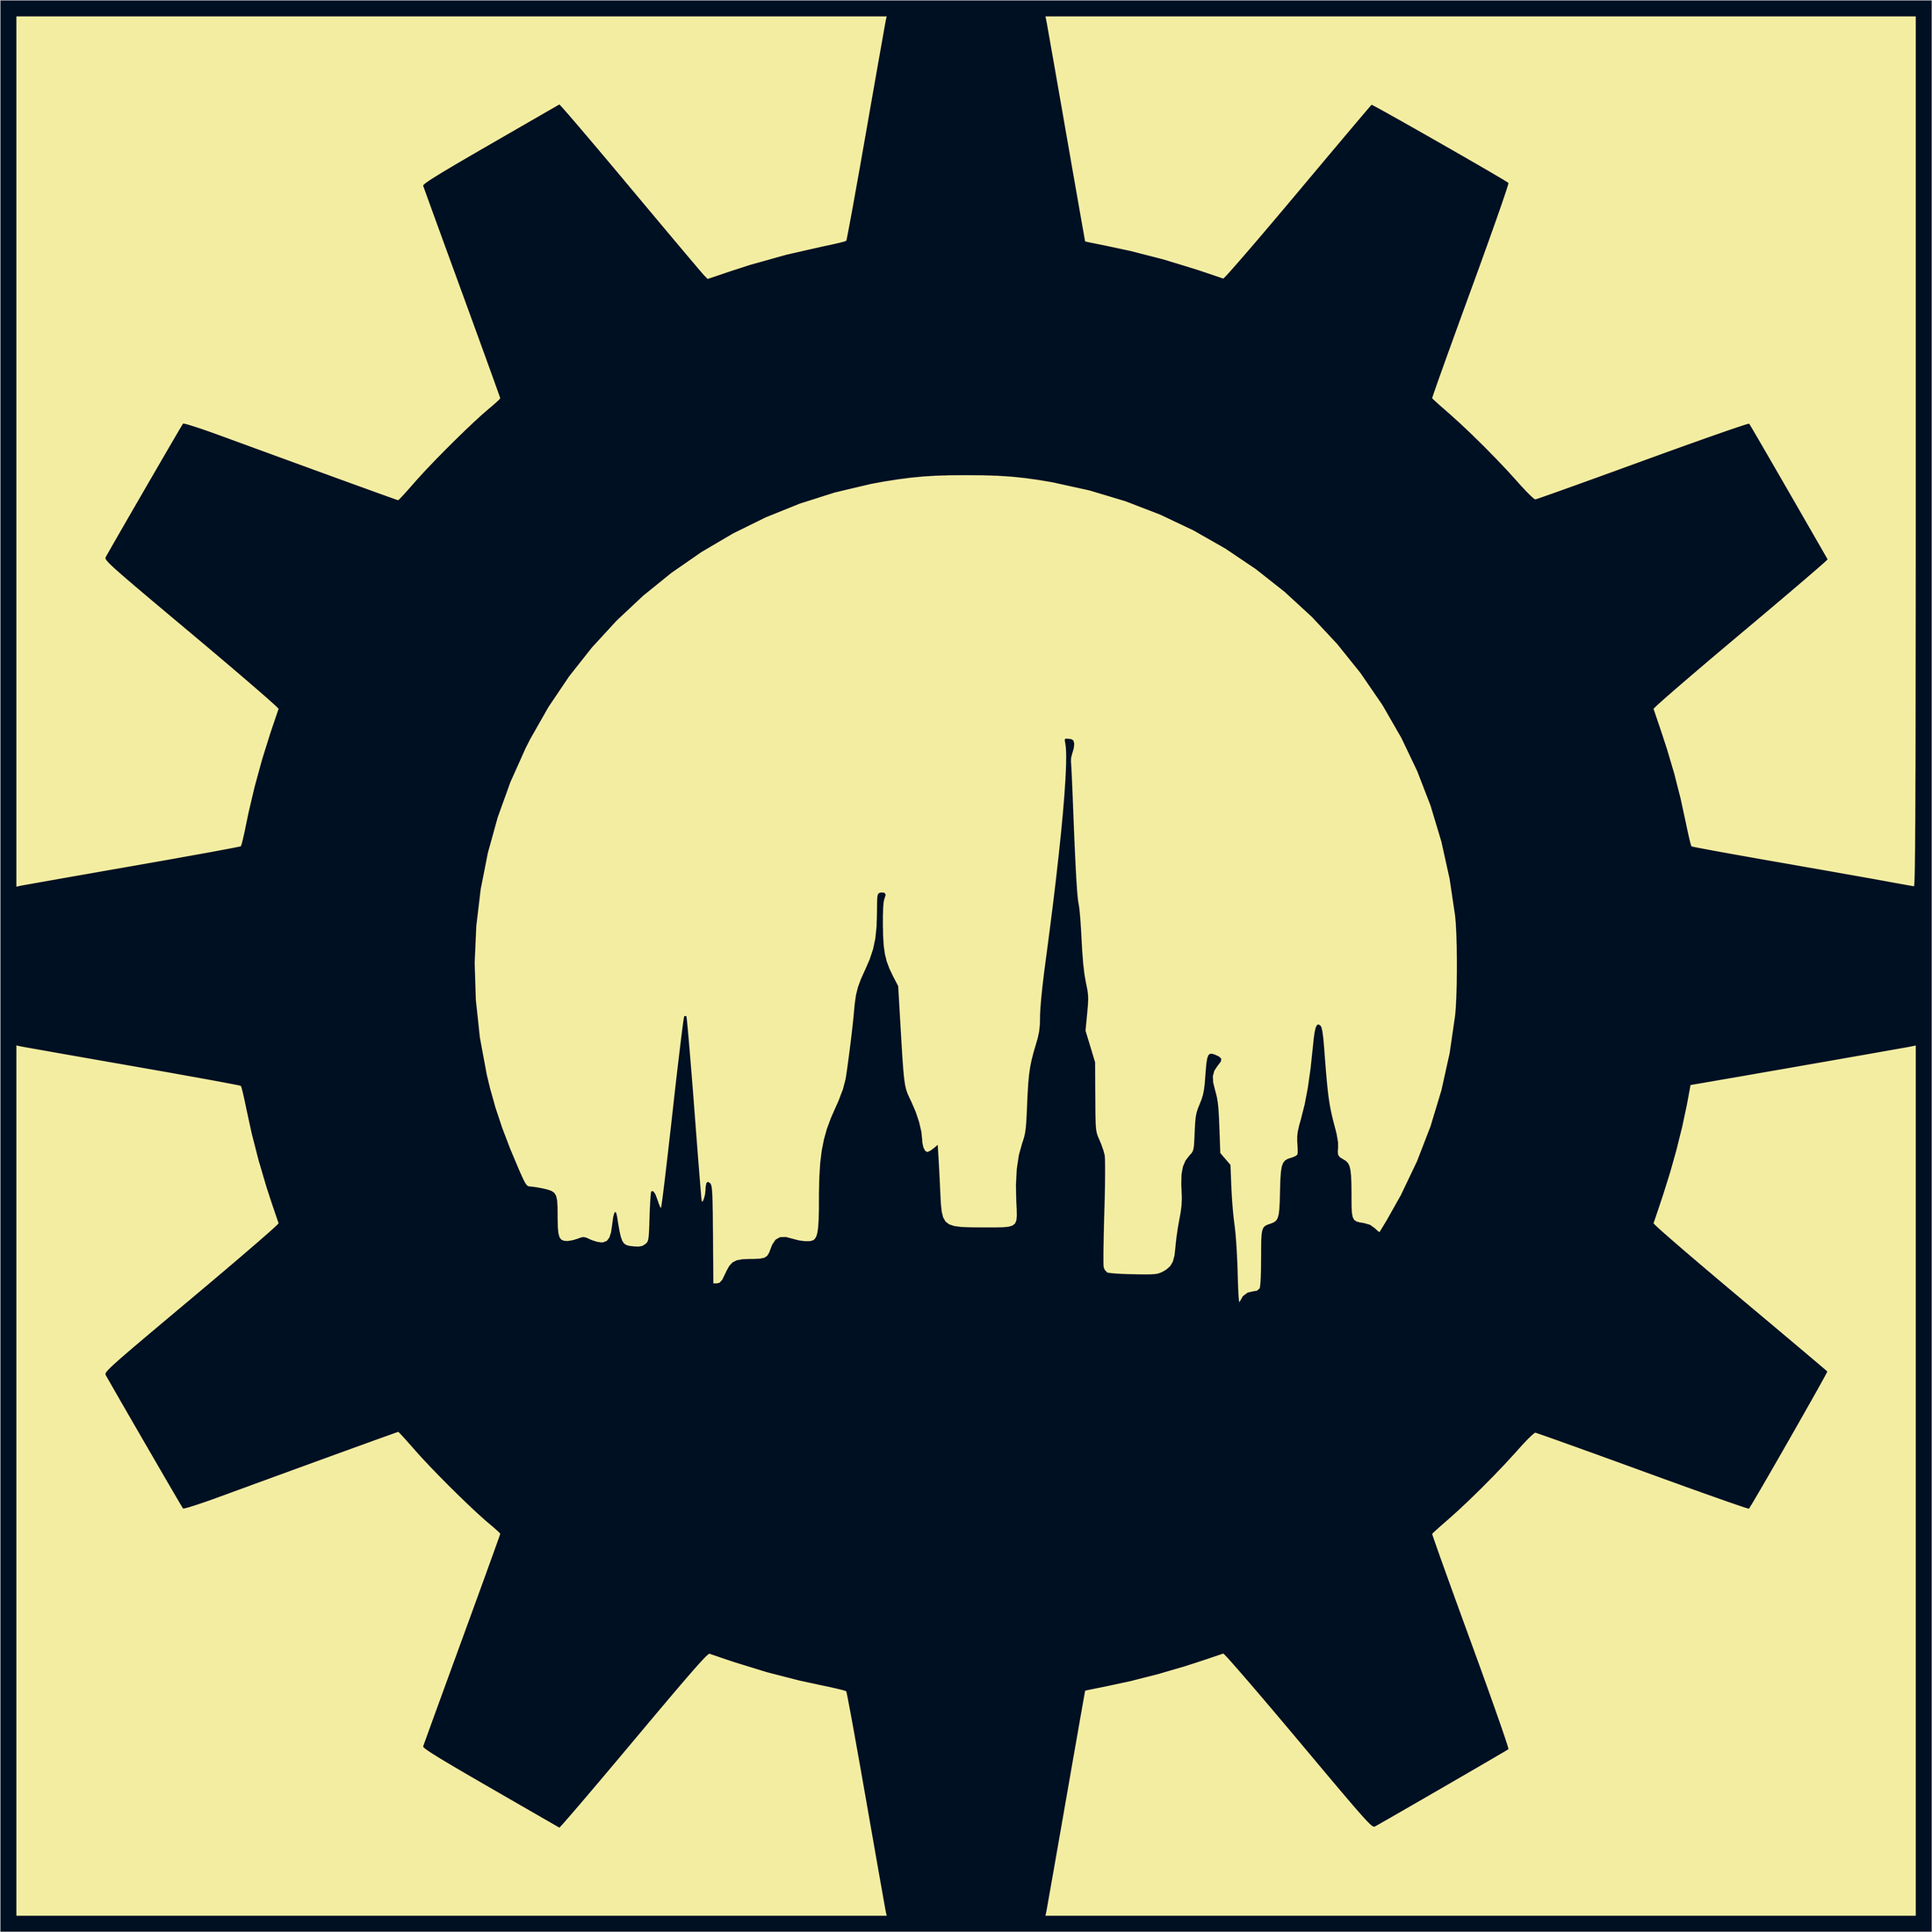
<source format=kicad_pcb>
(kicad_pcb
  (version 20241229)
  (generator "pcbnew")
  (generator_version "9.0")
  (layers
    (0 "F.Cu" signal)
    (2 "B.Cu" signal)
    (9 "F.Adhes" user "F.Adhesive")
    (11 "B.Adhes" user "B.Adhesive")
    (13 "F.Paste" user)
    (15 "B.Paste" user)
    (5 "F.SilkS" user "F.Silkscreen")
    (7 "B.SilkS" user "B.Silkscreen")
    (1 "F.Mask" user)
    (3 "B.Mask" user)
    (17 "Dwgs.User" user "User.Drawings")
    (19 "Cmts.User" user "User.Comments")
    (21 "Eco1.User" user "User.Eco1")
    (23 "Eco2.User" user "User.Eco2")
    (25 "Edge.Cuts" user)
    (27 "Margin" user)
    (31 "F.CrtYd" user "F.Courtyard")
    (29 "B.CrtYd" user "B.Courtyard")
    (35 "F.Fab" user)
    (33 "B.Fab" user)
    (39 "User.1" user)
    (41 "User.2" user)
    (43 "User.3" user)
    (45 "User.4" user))
  (footprint "makeriga_logo"
    (layer "F.Cu")
    (at 176.736 176.736)
    (property "Reference" "makeriga_logo" (at 0 0 0) (layer "F.SilkS") (effects (font (size 1.524 1.524) (thickness 0.3))))
    (attr through_hole)
    (fp_poly (pts (xy -14.794 -176.129) (xy -14.862 -175.775) (xy -15.015 -174.935) (xy -15.245 -173.653) (xy -15.544 -171.97) (xy -15.906 -169.927) (xy -16.322 -167.567) (xy -16.786 -164.932) (xy -17.29 -162.063) (xy -17.826 -159.003) (xy -18.388 -155.793) (xy -18.467 -155.341) (xy -19.031 -152.125) (xy -19.571 -149.062) (xy -20.082 -146.192) (xy -20.554 -143.557) (xy -20.981 -141.197) (xy -21.356 -139.153) (xy -21.67 -137.467) (xy -21.916 -136.178) (xy -22.087 -135.328) (xy -22.176 -134.957) (xy -22.182 -134.945) (xy -22.498 -134.822) (xy -23.243 -134.621) (xy -24.321 -134.367) (xy -25.636 -134.082) (xy -26.358 -133.934) (xy -33.301 -132.356) (xy -40.087 -130.456) (xy -43.314 -129.416) (xy -47.993 -127.837) (xy -48.692 -128.555) (xy -48.974 -128.872) (xy -49.569 -129.567) (xy -50.451 -130.605) (xy -51.59 -131.953) (xy -52.959 -133.578) (xy -54.53 -135.445) (xy -56.274 -137.522) (xy -58.162 -139.776) (xy -60.168 -142.171) (xy -62.262 -144.676) (xy -62.41 -144.853) (xy -64.492 -147.341) (xy -66.476 -149.703) (xy -68.335 -151.909) (xy -70.042 -153.926) (xy -71.571 -155.725) (xy -72.896 -157.273) (xy -73.988 -158.539) (xy -74.822 -159.492) (xy -75.371 -160.101) (xy -75.608 -160.333) (xy -75.614 -160.334) (xy -75.874 -160.185) (xy -76.554 -159.794) (xy -77.613 -159.185) (xy -79.006 -158.383) (xy -80.691 -157.411) (xy -82.625 -156.296) (xy -84.766 -155.062) (xy -87.071 -153.733) (xy -88.453 -152.936) (xy -91.354 -151.258) (xy -93.815 -149.824) (xy -95.864 -148.618) (xy -97.526 -147.623) (xy -98.829 -146.823) (xy -99.8 -146.2) (xy -100.465 -145.739) (xy -100.852 -145.423) (xy -100.987 -145.234) (xy -100.986 -145.208) (xy -100.877 -144.895) (xy -100.599 -144.118) (xy -100.166 -142.918) (xy -99.591 -141.333) (xy -98.89 -139.403) (xy -98.077 -137.168) (xy -97.166 -134.666) (xy -96.172 -131.936) (xy -95.107 -129.019) (xy -93.988 -125.954) (xy -93.746 -125.292) (xy -92.62 -122.207) (xy -91.549 -119.268) (xy -90.547 -116.512) (xy -89.627 -113.98) (xy -88.805 -111.709) (xy -88.093 -109.738) (xy -87.505 -108.106) (xy -87.057 -106.851) (xy -86.761 -106.013) (xy -86.632 -105.629) (xy -86.627 -105.609) (xy -86.821 -105.368) (xy -87.343 -104.873) (xy -88.105 -104.206) (xy -88.699 -103.708) (xy -89.945 -102.634) (xy -91.467 -101.243) (xy -93.184 -99.617) (xy -95.014 -97.837) (xy -96.874 -95.984) (xy -98.685 -94.139) (xy -100.363 -92.384) (xy -101.827 -90.798) (xy -102.598 -89.929) (xy -103.568 -88.822) (xy -104.418 -87.874) (xy -105.087 -87.15) (xy -105.513 -86.719) (xy -105.632 -86.627) (xy -105.913 -86.718) (xy -106.669 -86.983) (xy -107.872 -87.412) (xy -109.495 -87.997) (xy -111.512 -88.726) (xy -113.894 -89.59) (xy -116.615 -90.578) (xy -119.647 -91.682) (xy -122.963 -92.891) (xy -126.537 -94.196) (xy -130.339 -95.586) (xy -134.345 -97.051) (xy -138.525 -98.582) (xy -138.851 -98.701) (xy -140.654 -99.35) (xy -142.281 -99.914) (xy -143.665 -100.371) (xy -144.741 -100.701) (xy -145.442 -100.882) (xy -145.702 -100.899) (xy -145.863 -100.639) (xy -146.261 -99.969) (xy -146.866 -98.94) (xy -147.646 -97.604) (xy -148.573 -96.014) (xy -149.615 -94.221) (xy -150.743 -92.279) (xy -151.926 -90.238) (xy -153.134 -88.153) (xy -154.337 -86.073) (xy -155.505 -84.053) (xy -156.606 -82.144) (xy -157.612 -80.398) (xy -158.491 -78.867) (xy -159.214 -77.605) (xy -159.751 -76.662) (xy -160.07 -76.092) (xy -160.113 -76.012) (xy -160.153 -75.89) (xy -160.134 -75.739) (xy -160.03 -75.536) (xy -159.816 -75.257) (xy -159.465 -74.879) (xy -158.951 -74.38) (xy -158.249 -73.736) (xy -157.332 -72.924) (xy -156.176 -71.921) (xy -154.753 -70.705) (xy -153.039 -69.251) (xy -151.007 -67.538) (xy -148.631 -65.541) (xy -145.885 -63.238) (xy -144.102 -61.743) (xy -141.556 -59.605) (xy -139.134 -57.561) (xy -136.868 -55.639) (xy -134.788 -53.864) (xy -132.925 -52.264) (xy -131.308 -50.865) (xy -129.97 -49.693) (xy -128.939 -48.773) (xy -128.247 -48.134) (xy -127.924 -47.801) (xy -127.905 -47.761) (xy -128.028 -47.418) (xy -128.289 -46.657) (xy -128.659 -45.567) (xy -129.108 -44.236) (xy -129.507 -43.045) (xy -131.003 -38.255) (xy -132.369 -33.255) (xy -133.534 -28.312) (xy -133.956 -26.268) (xy -134.239 -24.887) (xy -134.505 -23.695) (xy -134.731 -22.79) (xy -134.893 -22.269) (xy -134.937 -22.188) (xy -135.229 -22.111) (xy -136.007 -21.951) (xy -137.23 -21.715) (xy -138.858 -21.41) (xy -140.849 -21.043) (xy -143.162 -20.623) (xy -145.757 -20.157) (xy -148.593 -19.651) (xy -151.629 -19.115) (xy -154.824 -18.554) (xy -155.341 -18.464) (xy -158.569 -17.899) (xy -161.652 -17.359) (xy -164.55 -16.851) (xy -167.22 -16.381) (xy -169.62 -15.958) (xy -171.709 -15.589) (xy -173.444 -15.281) (xy -174.784 -15.041) (xy -175.687 -14.877) (xy -176.11 -14.797) (xy -176.129 -14.793) (xy -176.731 -14.647) (xy -176.731 -176.731) (xy -14.647 -176.731) (xy -14.794 -176.129)) (stroke (width 0.01) (type solid)) (fill yes) (layer "F.SilkS"))
    (fp_poly (pts (xy 176.998 176.998) (xy 14.915 176.998) (xy 15.053 176.396) (xy 15.12 176.042) (xy 15.272 175.203) (xy 15.5 173.921) (xy 15.799 172.237) (xy 16.159 170.193) (xy 16.575 167.831) (xy 17.038 165.193) (xy 17.541 162.32) (xy 18.077 159.255) (xy 18.639 156.038) (xy 18.737 155.475) (xy 19.299 152.253) (xy 19.835 149.187) (xy 20.337 146.317) (xy 20.798 143.684) (xy 21.212 141.328) (xy 21.57 139.289) (xy 21.866 137.608) (xy 22.094 136.324) (xy 22.245 135.478) (xy 22.313 135.111) (xy 22.316 135.098) (xy 22.575 135.03) (xy 23.264 134.882) (xy 24.285 134.674) (xy 25.544 134.426) (xy 25.947 134.347) (xy 30.766 133.311) (xy 35.782 132.037) (xy 40.753 130.588) (xy 42.913 129.895) (xy 44.438 129.388) (xy 45.798 128.935) (xy 46.905 128.562) (xy 47.676 128.299) (xy 48.026 128.175) (xy 48.028 128.174) (xy 48.243 128.354) (xy 48.774 128.914) (xy 49.594 129.825) (xy 50.677 131.054) (xy 51.996 132.573) (xy 53.526 134.35) (xy 55.24 136.354) (xy 57.111 138.556) (xy 59.114 140.924) (xy 61.221 143.428) (xy 62.011 144.37) (xy 64.503 147.343) (xy 66.676 149.932) (xy 68.553 152.162) (xy 70.155 154.059) (xy 71.508 155.649) (xy 72.633 156.957) (xy 73.554 158.011) (xy 74.293 158.835) (xy 74.874 159.456) (xy 75.32 159.899) (xy 75.654 160.19) (xy 75.899 160.355) (xy 76.078 160.421) (xy 76.214 160.412) (xy 76.279 160.384) (xy 76.729 160.136) (xy 77.567 159.661) (xy 78.74 158.991) (xy 80.197 158.156) (xy 81.884 157.185) (xy 83.75 156.109) (xy 85.742 154.959) (xy 87.809 153.765) (xy 89.898 152.556) (xy 91.956 151.363) (xy 93.932 150.217) (xy 95.773 149.147) (xy 97.426 148.184) (xy 98.841 147.358) (xy 99.964 146.7) (xy 100.743 146.239) (xy 101.127 146.005) (xy 101.156 145.984) (xy 101.102 145.706) (xy 100.876 144.965) (xy 100.492 143.798) (xy 99.963 142.245) (xy 99.303 140.343) (xy 98.524 138.13) (xy 97.642 135.646) (xy 96.668 132.928) (xy 95.616 130.015) (xy 94.5 126.945) (xy 94.128 125.924) (xy 92.992 122.811) (xy 91.912 119.843) (xy 90.903 117.059) (xy 89.978 114.497) (xy 89.15 112.194) (xy 88.434 110.19) (xy 87.843 108.523) (xy 87.391 107.231) (xy 87.09 106.352) (xy 86.957 105.924) (xy 86.951 105.888) (xy 87.172 105.655) (xy 87.723 105.144) (xy 88.529 104.423) (xy 89.514 103.561) (xy 89.836 103.283) (xy 91.725 101.596) (xy 93.845 99.605) (xy 96.083 97.419) (xy 98.332 95.149) (xy 100.481 92.902) (xy 102.421 90.79) (xy 102.912 90.237) (xy 103.896 89.148) (xy 104.783 88.219) (xy 105.504 87.52) (xy 105.989 87.118) (xy 106.141 87.048) (xy 106.451 87.141) (xy 107.224 87.404) (xy 108.421 87.822) (xy 110.002 88.383) (xy 111.93 89.071) (xy 114.164 89.873) (xy 116.666 90.775) (xy 119.396 91.762) (xy 122.316 92.822) (xy 125.386 93.939) (xy 126.156 94.22) (xy 129.249 95.345) (xy 132.196 96.412) (xy 134.96 97.407) (xy 137.5 98.315) (xy 139.779 99.124) (xy 141.758 99.821) (xy 143.399 100.391) (xy 144.664 100.82) (xy 145.513 101.096) (xy 145.909 101.205) (xy 145.933 101.204) (xy 146.131 100.91) (xy 146.557 100.21) (xy 147.183 99.155) (xy 147.978 97.796) (xy 148.914 96.186) (xy 149.962 94.374) (xy 151.091 92.412) (xy 152.273 90.353) (xy 153.478 88.246) (xy 154.677 86.144) (xy 155.841 84.097) (xy 156.94 82.157) (xy 157.946 80.376) (xy 158.828 78.804) (xy 159.557 77.493) (xy 160.105 76.494) (xy 160.441 75.859) (xy 160.539 75.639) (xy 160.321 75.443) (xy 159.724 74.93) (xy 158.779 74.126) (xy 157.518 73.059) (xy 155.971 71.753) (xy 154.17 70.236) (xy 152.146 68.533) (xy 149.931 66.671) (xy 147.554 64.677) (xy 145.048 62.576) (xy 144.236 61.895) (xy 141.7 59.766) (xy 139.289 57.732) (xy 137.034 55.82) (xy 134.965 54.055) (xy 133.114 52.465) (xy 131.51 51.077) (xy 130.185 49.916) (xy 129.169 49.009) (xy 128.493 48.382) (xy 128.188 48.063) (xy 128.173 48.029) (xy 128.293 47.693) (xy 128.553 46.93) (xy 128.927 45.821) (xy 129.386 44.447) (xy 129.904 42.889) (xy 130.029 42.512) (xy 131.302 38.44) (xy 132.48 34.228) (xy 133.512 30.065) (xy 134.35 26.143) (xy 134.493 25.384) (xy 135.063 22.294) (xy 139.253 21.575) (xy 140.886 21.294) (xy 142.843 20.955) (xy 145.073 20.569) (xy 147.523 20.143) (xy 150.143 19.686) (xy 152.881 19.209) (xy 155.686 18.719) (xy 158.506 18.225) (xy 161.291 17.738) (xy 163.988 17.265) (xy 166.547 16.815) (xy 168.916 16.399) (xy 171.043 16.024) (xy 172.878 15.699) (xy 174.369 15.435) (xy 175.465 15.239) (xy 176.114 15.12) (xy 176.263 15.091) (xy 176.998 14.93) (xy 176.998 176.998)) (stroke (width 0.01) (type solid)) (fill yes) (layer "F.SilkS"))
    (fp_poly (pts (xy -176.129 15.06) (xy -175.775 15.128) (xy -174.935 15.281) (xy -173.653 15.511) (xy -171.97 15.81) (xy -169.927 16.171) (xy -167.567 16.587) (xy -164.932 17.051) (xy -162.063 17.555) (xy -159.003 18.091) (xy -155.793 18.652) (xy -155.341 18.731) (xy -152.125 19.295) (xy -149.061 19.836) (xy -146.191 20.347) (xy -143.555 20.82) (xy -141.194 21.248) (xy -139.15 21.623) (xy -137.462 21.938) (xy -136.172 22.186) (xy -135.321 22.358) (xy -134.949 22.449) (xy -134.937 22.455) (xy -134.811 22.775) (xy -134.611 23.523) (xy -134.36 24.601) (xy -134.081 25.911) (xy -133.956 26.535) (xy -132.9 31.37) (xy -131.612 36.378) (xy -130.163 41.292) (xy -129.507 43.313) (xy -129.018 44.772) (xy -128.582 46.064) (xy -128.23 47.098) (xy -127.992 47.786) (xy -127.905 48.028) (xy -128.085 48.243) (xy -128.646 48.774) (xy -129.556 49.594) (xy -130.786 50.677) (xy -132.305 51.997) (xy -134.082 53.526) (xy -136.086 55.24) (xy -138.288 57.112) (xy -140.657 59.114) (xy -143.161 61.221) (xy -144.102 62.011) (xy -147.075 64.503) (xy -149.664 66.676) (xy -151.893 68.552) (xy -153.79 70.154) (xy -155.38 71.506) (xy -156.688 72.631) (xy -157.742 73.551) (xy -158.566 74.291) (xy -159.186 74.872) (xy -159.629 75.317) (xy -159.92 75.651) (xy -160.086 75.896) (xy -160.151 76.075) (xy -160.142 76.211) (xy -160.113 76.279) (xy -159.854 76.747) (xy -159.37 77.599) (xy -158.692 78.785) (xy -157.849 80.253) (xy -156.873 81.949) (xy -155.793 83.821) (xy -154.639 85.818) (xy -153.443 87.887) (xy -152.233 89.977) (xy -151.041 92.034) (xy -149.896 94.006) (xy -148.829 95.842) (xy -147.87 97.488) (xy -147.049 98.894) (xy -146.397 100.006) (xy -145.943 100.773) (xy -145.719 101.142) (xy -145.702 101.166) (xy -145.402 101.141) (xy -144.669 100.947) (xy -143.566 100.607) (xy -142.161 100.14) (xy -140.518 99.569) (xy -138.851 98.967) (xy -135.503 97.741) (xy -132.155 96.516) (xy -128.842 95.305) (xy -125.604 94.123) (xy -122.478 92.984) (xy -119.502 91.9) (xy -116.714 90.886) (xy -114.152 89.956) (xy -111.853 89.123) (xy -109.857 88.402) (xy -108.2 87.805) (xy -106.921 87.347) (xy -106.057 87.041) (xy -105.647 86.902) (xy -105.619 86.895) (xy -105.4 87.086) (xy -104.895 87.617) (xy -104.166 88.418) (xy -103.273 89.423) (xy -102.598 90.196) (xy -101.309 91.634) (xy -99.755 93.293) (xy -98.018 95.092) (xy -96.179 96.949) (xy -94.32 98.784) (xy -92.523 100.516) (xy -90.87 102.063) (xy -89.442 103.345) (xy -88.699 103.976) (xy -87.827 104.712) (xy -87.136 105.331) (xy -86.715 105.749) (xy -86.627 105.877) (xy -86.717 106.153) (xy -86.976 106.892) (xy -87.392 108.057) (xy -87.949 109.607) (xy -88.634 111.505) (xy -89.433 113.712) (xy -90.332 116.189) (xy -91.317 118.897) (xy -92.374 121.798) (xy -93.489 124.854) (xy -93.746 125.559) (xy -94.876 128.651) (xy -95.953 131.603) (xy -96.963 134.375) (xy -97.893 136.928) (xy -98.728 139.223) (xy -99.454 141.221) (xy -100.056 142.882) (xy -100.52 144.167) (xy -100.832 145.036) (xy -100.978 145.451) (xy -100.986 145.476) (xy -100.903 145.639) (xy -100.576 145.924) (xy -99.977 146.35) (xy -99.08 146.933) (xy -97.858 147.69) (xy -96.283 148.636) (xy -94.33 149.79) (xy -91.969 151.167) (xy -89.175 152.784) (xy -88.453 153.2) (xy -86.073 154.572) (xy -83.833 155.864) (xy -81.774 157.05) (xy -79.94 158.107) (xy -78.374 159.009) (xy -77.118 159.733) (xy -76.216 160.252) (xy -75.709 160.544) (xy -75.614 160.598) (xy -75.417 160.414) (xy -74.905 159.85) (xy -74.102 158.937) (xy -73.035 157.704) (xy -71.73 156.183) (xy -70.213 154.404) (xy -68.511 152.397) (xy -66.649 150.194) (xy -64.654 147.825) (xy -62.551 145.32) (xy -61.752 144.367) (xy -59.144 141.256) (xy -56.858 138.538) (xy -54.875 136.19) (xy -53.176 134.192) (xy -51.743 132.522) (xy -50.557 131.159) (xy -49.601 130.083) (xy -48.854 129.271) (xy -48.3 128.704) (xy -47.919 128.359) (xy -47.693 128.216) (xy -47.633 128.213) (xy -47.24 128.354) (xy -46.435 128.632) (xy -45.309 129.014) (xy -43.959 129.467) (xy -42.883 129.826) (xy -36.953 131.652) (xy -30.974 133.189) (xy -26.769 134.1) (xy -25.3 134.407) (xy -24.017 134.694) (xy -23.01 134.94) (xy -22.37 135.123) (xy -22.189 135.203) (xy -22.112 135.495) (xy -21.952 136.274) (xy -21.715 137.497) (xy -21.41 139.125) (xy -21.044 141.116) (xy -20.623 143.429) (xy -20.157 146.025) (xy -19.651 148.861) (xy -19.115 151.896) (xy -18.554 155.091) (xy -18.464 155.608) (xy -17.899 158.836) (xy -17.359 161.919) (xy -16.851 164.817) (xy -16.381 167.487) (xy -15.958 169.887) (xy -15.589 171.976) (xy -15.281 173.711) (xy -15.041 175.051) (xy -14.877 175.954) (xy -14.797 176.378) (xy -14.793 176.396) (xy -14.647 176.998) (xy -176.731 176.998) (xy -176.731 14.915) (xy -176.129 15.06)) (stroke (width 0.01) (type solid)) (fill yes) (layer "F.SilkS"))
    (fp_poly (pts (xy 176.998 -95.718) (xy 176.998 -87.651) (xy 176.996 -80.103) (xy 176.994 -73.06) (xy 176.991 -66.506) (xy 176.987 -60.426) (xy 176.982 -54.805) (xy 176.976 -49.628) (xy 176.969 -44.879) (xy 176.96 -40.543) (xy 176.95 -36.606) (xy 176.939 -33.051) (xy 176.926 -29.864) (xy 176.912 -27.03) (xy 176.896 -24.533) (xy 176.879 -22.359) (xy 176.859 -20.491) (xy 176.839 -18.916) (xy 176.816 -17.617) (xy 176.791 -16.579) (xy 176.765 -15.788) (xy 176.736 -15.228) (xy 176.706 -14.884) (xy 176.673 -14.741) (xy 176.664 -14.735) (xy 176.303 -14.791) (xy 175.508 -14.929) (xy 174.37 -15.133) (xy 172.981 -15.385) (xy 171.651 -15.63) (xy 170.51 -15.838) (xy 168.907 -16.126) (xy 166.909 -16.482) (xy 164.58 -16.896) (xy 161.987 -17.354) (xy 159.193 -17.847) (xy 156.266 -18.361) (xy 153.27 -18.886) (xy 151.197 -19.248) (xy 148.361 -19.746) (xy 145.683 -20.219) (xy 143.208 -20.661) (xy 140.984 -21.062) (xy 139.056 -21.414) (xy 137.471 -21.709) (xy 136.274 -21.938) (xy 135.513 -22.093) (xy 135.234 -22.165) (xy 135.119 -22.47) (xy 134.926 -23.207) (xy 134.674 -24.283) (xy 134.388 -25.604) (xy 134.21 -26.47) (xy 133.174 -31.231) (xy 132.028 -35.718) (xy 130.704 -40.191) (xy 129.906 -42.645) (xy 129.395 -44.17) (xy 128.938 -45.527) (xy 128.564 -46.633) (xy 128.3 -47.403) (xy 128.175 -47.752) (xy 128.174 -47.755) (xy 128.355 -47.969) (xy 128.915 -48.499) (xy 129.826 -49.318) (xy 131.056 -50.401) (xy 132.574 -51.72) (xy 134.351 -53.25) (xy 136.355 -54.964) (xy 138.557 -56.836) (xy 140.925 -58.839) (xy 143.429 -60.947) (xy 144.375 -61.741) (xy 146.92 -63.879) (xy 149.342 -65.919) (xy 151.608 -67.835) (xy 153.689 -69.601) (xy 155.554 -71.191) (xy 157.173 -72.578) (xy 158.515 -73.737) (xy 159.549 -74.641) (xy 160.245 -75.264) (xy 160.572 -75.581) (xy 160.594 -75.615) (xy 158.73 -78.861) (xy 156.921 -82.008) (xy 155.187 -85.023) (xy 153.544 -87.873) (xy 152.013 -90.527) (xy 150.613 -92.952) (xy 149.361 -95.115) (xy 148.277 -96.984) (xy 147.38 -98.527) (xy 146.688 -99.71) (xy 146.221 -100.501) (xy 145.996 -100.868) (xy 145.981 -100.889) (xy 145.703 -100.835) (xy 144.962 -100.609) (xy 143.797 -100.226) (xy 142.245 -99.698) (xy 140.346 -99.04) (xy 138.137 -98.264) (xy 135.658 -97.384) (xy 132.946 -96.414) (xy 130.041 -95.366) (xy 126.981 -94.256) (xy 126.161 -93.957) (xy 123.059 -92.827) (xy 120.099 -91.751) (xy 117.318 -90.744) (xy 114.757 -89.82) (xy 112.453 -88.991) (xy 110.447 -88.274) (xy 108.776 -87.68) (xy 107.481 -87.225) (xy 106.6 -86.923) (xy 106.173 -86.787) (xy 106.141 -86.781) (xy 105.835 -86.966) (xy 105.252 -87.491) (xy 104.459 -88.288) (xy 103.525 -89.288) (xy 102.888 -90.001) (xy 100.993 -92.093) (xy 98.854 -94.351) (xy 96.583 -96.661) (xy 94.293 -98.911) (xy 92.096 -100.988) (xy 90.108 -102.779) (xy 89.836 -103.015) (xy 88.812 -103.906) (xy 87.943 -104.678) (xy 87.306 -105.261) (xy 86.977 -105.588) (xy 86.95 -105.625) (xy 87.027 -105.9) (xy 87.275 -106.639) (xy 87.68 -107.803) (xy 88.228 -109.354) (xy 88.906 -111.254) (xy 89.699 -113.465) (xy 90.595 -115.948) (xy 91.579 -118.665) (xy 92.637 -121.578) (xy 93.757 -124.648) (xy 94.127 -125.66) (xy 95.261 -128.773) (xy 96.336 -131.741) (xy 97.336 -134.526) (xy 98.25 -137.089) (xy 99.064 -139.393) (xy 99.764 -141.399) (xy 100.337 -143.07) (xy 100.77 -144.365) (xy 101.048 -145.248) (xy 101.159 -145.68) (xy 101.157 -145.717) (xy 100.844 -145.928) (xy 100.128 -146.366) (xy 99.058 -147.001) (xy 97.688 -147.805) (xy 96.067 -148.747) (xy 94.248 -149.799) (xy 92.282 -150.931) (xy 90.22 -152.113) (xy 88.114 -153.317) (xy 86.016 -154.513) (xy 83.976 -155.672) (xy 82.045 -156.764) (xy 80.277 -157.761) (xy 78.721 -158.631) (xy 77.429 -159.348) (xy 76.453 -159.88) (xy 75.844 -160.198) (xy 75.652 -160.279) (xy 75.454 -160.06) (xy 74.939 -159.463) (xy 74.134 -158.517) (xy 73.064 -157.255) (xy 71.757 -155.707) (xy 70.238 -153.906) (xy 68.534 -151.881) (xy 66.671 -149.665) (xy 64.675 -147.289) (xy 62.574 -144.783) (xy 61.892 -143.97) (xy 59.763 -141.434) (xy 57.728 -139.024) (xy 55.815 -136.769) (xy 54.051 -134.7) (xy 52.461 -132.849) (xy 51.072 -131.246) (xy 49.911 -129.92) (xy 49.004 -128.904) (xy 48.378 -128.228) (xy 48.059 -127.922) (xy 48.026 -127.907) (xy 47.688 -128.028) (xy 46.926 -128.289) (xy 45.825 -128.66) (xy 44.469 -129.114) (xy 42.941 -129.623) (xy 42.857 -129.651) (xy 36.976 -131.448) (xy 30.905 -133.013) (xy 25.947 -134.077) (xy 24.637 -134.335) (xy 23.535 -134.557) (xy 22.737 -134.726) (xy 22.34 -134.82) (xy 22.314 -134.831) (xy 22.263 -135.097) (xy 22.128 -135.849) (xy 21.915 -137.048) (xy 21.632 -138.652) (xy 21.286 -140.622) (xy 20.883 -142.918) (xy 20.431 -145.498) (xy 19.937 -148.323) (xy 19.407 -151.353) (xy 18.85 -154.546) (xy 18.735 -155.207) (xy 18.17 -158.446) (xy 17.629 -161.54) (xy 17.12 -164.449) (xy 16.65 -167.13) (xy 16.226 -169.542) (xy 15.855 -171.644) (xy 15.546 -173.392) (xy 15.305 -174.746) (xy 15.14 -175.664) (xy 15.058 -176.105) (xy 15.053 -176.129) (xy 14.915 -176.731) (xy 176.998 -176.731) (xy 176.998 -95.718)) (stroke (width 0.01) (type solid)) (fill yes) (layer "F.SilkS"))
    (fp_poly (pts (xy 3.265 -91.258) (xy 6.011 -91.172) (xy 8.518 -91.013) (xy 10.934 -90.769) (xy 13.406 -90.429) (xy 16.082 -89.98) (xy 16.309 -89.938) (xy 23.159 -88.429) (xy 29.816 -86.427) (xy 36.26 -83.947) (xy 42.469 -81.004) (xy 48.422 -77.613) (xy 54.097 -73.787) (xy 59.473 -69.542) (xy 64.528 -64.892) (xy 69.241 -59.851) (xy 73.591 -54.434) (xy 77.556 -48.655) (xy 77.779 -48.301) (xy 81.213 -42.326) (xy 84.167 -36.135) (xy 86.642 -29.72) (xy 88.643 -23.068) (xy 90.173 -16.171) (xy 91.212 -9.224) (xy 91.341 -7.716) (xy 91.439 -5.792) (xy 91.503 -3.57) (xy 91.535 -1.168) (xy 91.534 1.298) (xy 91.501 3.708) (xy 91.434 5.945) (xy 91.335 7.892) (xy 91.215 9.332) (xy 90.183 16.398) (xy 88.652 23.292) (xy 86.624 29.999) (xy 84.107 36.505) (xy 81.104 42.795) (xy 78.478 47.458) (xy 77.912 48.396) (xy 77.458 49.143) (xy 77.182 49.593) (xy 77.128 49.676) (xy 76.923 49.556) (xy 76.479 49.162) (xy 76.276 48.963) (xy 75.381 48.32) (xy 74.219 47.99) (xy 74.171 47.983) (xy 73.386 47.855) (xy 72.809 47.68) (xy 72.408 47.382) (xy 72.15 46.885) (xy 72.005 46.114) (xy 71.94 44.991) (xy 71.923 43.442) (xy 71.922 42.644) (xy 71.905 40.696) (xy 71.844 39.209) (xy 71.723 38.109) (xy 71.524 37.321) (xy 71.232 36.771) (xy 70.831 36.386) (xy 70.489 36.183) (xy 69.759 35.74) (xy 69.418 35.266) (xy 69.37 34.566) (xy 69.426 34.073) (xy 69.418 32.954) (xy 69.154 31.43) (xy 68.979 30.725) (xy 68.612 29.318) (xy 68.307 28.077) (xy 68.053 26.922) (xy 67.839 25.772) (xy 67.654 24.548) (xy 67.487 23.168) (xy 67.325 21.553) (xy 67.158 19.621) (xy 66.976 17.293) (xy 66.831 15.374) (xy 66.672 13.578) (xy 66.502 12.298) (xy 66.317 11.515) (xy 66.176 11.252) (xy 65.805 10.998) (xy 65.503 11.084) (xy 65.254 11.553) (xy 65.043 12.444) (xy 64.855 13.798) (xy 64.717 15.174) (xy 64.291 19.208) (xy 63.777 22.809) (xy 63.181 25.942) (xy 62.535 28.49) (xy 62.14 29.904) (xy 61.903 30.982) (xy 61.8 31.886) (xy 61.805 32.783) (xy 61.828 33.122) (xy 61.881 34.078) (xy 61.885 34.84) (xy 61.843 35.221) (xy 61.527 35.494) (xy 60.891 35.768) (xy 60.671 35.833) (xy 60.023 36.047) (xy 59.532 36.341) (xy 59.176 36.789) (xy 58.931 37.461) (xy 58.771 38.433) (xy 58.673 39.775) (xy 58.613 41.56) (xy 58.602 42.09) (xy 58.552 43.949) (xy 58.478 45.347) (xy 58.356 46.361) (xy 58.164 47.066) (xy 57.878 47.536) (xy 57.475 47.847) (xy 56.934 48.075) (xy 56.758 48.132) (xy 56.208 48.322) (xy 55.793 48.542) (xy 55.495 48.867) (xy 55.293 49.368) (xy 55.17 50.118) (xy 55.106 51.189) (xy 55.082 52.653) (xy 55.078 54.478) (xy 55.064 56.295) (xy 55.023 57.847) (xy 54.959 59.065) (xy 54.876 59.875) (xy 54.801 60.175) (xy 54.306 60.594) (xy 53.634 60.693) (xy 52.576 60.94) (xy 51.693 61.599) (xy 51.142 62.55) (xy 51.113 62.648) (xy 51.028 62.725) (xy 50.948 62.29) (xy 50.874 61.338) (xy 50.805 59.864) (xy 50.74 57.862) (xy 50.727 57.351) (xy 50.66 55.381) (xy 50.564 53.4) (xy 50.446 51.535) (xy 50.316 49.913) (xy 50.182 48.662) (xy 50.144 48.394) (xy 49.977 47.07) (xy 49.815 45.402) (xy 49.674 43.583) (xy 49.57 41.802) (xy 49.552 41.377) (xy 49.383 37.167) (xy 48.434 36.059) (xy 47.485 34.95) (xy 47.313 30.108) (xy 47.233 28.199) (xy 47.14 26.715) (xy 47.021 25.547) (xy 46.863 24.586) (xy 46.655 23.724) (xy 46.535 23.32) (xy 46.16 21.819) (xy 46.101 20.633) (xy 46.374 19.635) (xy 46.992 18.699) (xy 47.091 18.584) (xy 47.603 17.892) (xy 47.669 17.396) (xy 47.26 16.99) (xy 46.585 16.664) (xy 46.003 16.464) (xy 45.573 16.462) (xy 45.264 16.722) (xy 45.045 17.304) (xy 44.885 18.27) (xy 44.755 19.681) (xy 44.699 20.457) (xy 44.575 22.017) (xy 44.434 23.191) (xy 44.247 24.127) (xy 43.985 24.973) (xy 43.65 25.805) (xy 43.303 26.658) (xy 43.063 27.424) (xy 42.903 28.247) (xy 42.799 29.273) (xy 42.723 30.648) (xy 42.704 31.108) (xy 42.643 32.519) (xy 42.579 33.504) (xy 42.486 34.171) (xy 42.34 34.628) (xy 42.116 34.983) (xy 41.789 35.344) (xy 41.722 35.413) (xy 40.995 36.361) (xy 40.514 37.493) (xy 40.26 38.904) (xy 40.21 40.683) (xy 40.253 41.709) (xy 40.312 43.302) (xy 40.264 44.653) (xy 40.091 46.032) (xy 39.85 47.324) (xy 39.581 48.819) (xy 39.34 50.44) (xy 39.166 51.92) (xy 39.12 52.465) (xy 38.948 54.026) (xy 38.644 55.169) (xy 38.153 56.009) (xy 37.418 56.657) (xy 36.84 56.999) (xy 36.381 57.225) (xy 35.928 57.384) (xy 35.385 57.486) (xy 34.652 57.541) (xy 33.632 57.557) (xy 32.226 57.544) (xy 31.303 57.529) (xy 29.793 57.489) (xy 28.445 57.424) (xy 27.363 57.344) (xy 26.647 57.254) (xy 26.427 57.194) (xy 25.991 56.746) (xy 25.769 56.25) (xy 25.737 55.829) (xy 25.723 54.94) (xy 25.726 53.649) (xy 25.746 52.02) (xy 25.781 50.119) (xy 25.831 48.013) (xy 25.887 46.03) (xy 25.957 43.474) (xy 26.005 41.165) (xy 26.029 39.156) (xy 26.031 37.501) (xy 26.01 36.252) (xy 25.965 35.464) (xy 25.941 35.293) (xy 25.692 34.376) (xy 25.299 33.271) (xy 24.976 32.506) (xy 24.748 31.997) (xy 24.573 31.539) (xy 24.444 31.053) (xy 24.352 30.459) (xy 24.291 29.68) (xy 24.253 28.637) (xy 24.23 27.251) (xy 24.215 25.443) (xy 24.209 24.484) (xy 24.169 18.047) (xy 23.279 15.106) (xy 22.388 12.165) (xy 22.7 8.928) (xy 22.828 7.488) (xy 22.883 6.408) (xy 22.86 5.515) (xy 22.75 4.64) (xy 22.547 3.61) (xy 22.463 3.225) (xy 22.182 1.647) (xy 21.948 -0.367) (xy 21.758 -2.854) (xy 21.655 -4.767) (xy 21.563 -6.506) (xy 21.457 -8.129) (xy 21.344 -9.536) (xy 21.234 -10.625) (xy 21.134 -11.298) (xy 21.119 -11.363) (xy 21.013 -11.942) (xy 20.906 -12.888) (xy 20.795 -14.224) (xy 20.68 -15.971) (xy 20.559 -18.152) (xy 20.431 -20.789) (xy 20.294 -23.904) (xy 20.148 -27.519) (xy 20.06 -29.812) (xy 19.982 -31.791) (xy 19.905 -33.621) (xy 19.832 -35.227) (xy 19.767 -36.533) (xy 19.714 -37.463) (xy 19.675 -37.94) (xy 19.673 -37.959) (xy 19.704 -38.643) (xy 19.913 -39.47) (xy 19.965 -39.607) (xy 20.206 -40.459) (xy 20.281 -41.258) (xy 20.273 -41.353) (xy 20.126 -41.889) (xy 19.736 -42.129) (xy 19.292 -42.196) (xy 18.695 -42.225) (xy 18.497 -42.052) (xy 18.572 -41.531) (xy 18.604 -41.394) (xy 18.735 -40.388) (xy 18.78 -38.88) (xy 18.743 -36.896) (xy 18.626 -34.459) (xy 18.431 -31.597) (xy 18.16 -28.334) (xy 17.815 -24.696) (xy 17.399 -20.708) (xy 16.915 -16.395) (xy 16.364 -11.783) (xy 15.748 -6.898) (xy 15.071 -1.764) (xy 14.977 -1.069) (xy 14.635 1.564) (xy 14.35 3.981) (xy 14.129 6.109) (xy 13.98 7.876) (xy 13.91 9.21) (xy 13.906 9.526) (xy 13.87 11.043) (xy 13.74 12.292) (xy 13.477 13.535) (xy 13.115 14.793) (xy 12.669 16.308) (xy 12.322 17.671) (xy 12.057 18.998) (xy 11.858 20.408) (xy 11.708 22.017) (xy 11.589 23.942) (xy 11.499 25.935) (xy 11.417 27.805) (xy 11.334 29.242) (xy 11.237 30.345) (xy 11.114 31.216) (xy 10.952 31.955) (xy 10.737 32.663) (xy 10.6 33.055) (xy 9.959 35.336) (xy 9.567 37.965) (xy 9.418 40.988) (xy 9.478 43.858) (xy 9.555 45.405) (xy 9.585 46.591) (xy 9.506 47.464) (xy 9.259 48.071) (xy 8.782 48.46) (xy 8.017 48.679) (xy 6.901 48.776) (xy 5.376 48.799) (xy 3.38 48.795) (xy 3.247 48.795) (xy 1.032 48.784) (xy -0.709 48.72) (xy -2.034 48.554) (xy -3.005 48.236) (xy -3.682 47.719) (xy -4.124 46.954) (xy -4.391 45.891) (xy -4.545 44.482) (xy -4.643 42.678) (xy -4.657 42.378) (xy -4.734 40.718) (xy -4.821 38.968) (xy -4.907 37.334) (xy -4.981 36.028) (xy -5.138 33.422) (xy -5.931 34.09) (xy -6.542 34.525) (xy -7.041 34.749) (xy -7.112 34.758) (xy -7.502 34.514) (xy -7.818 33.877) (xy -8.002 32.987) (xy -8.026 32.535) (xy -8.182 31.003) (xy -8.606 29.19) (xy -9.254 27.251) (xy -10.054 25.4) (xy -10.37 24.748) (xy -10.635 24.172) (xy -10.856 23.619) (xy -11.041 23.033) (xy -11.197 22.359) (xy -11.332 21.542) (xy -11.453 20.529) (xy -11.567 19.263) (xy -11.683 17.69) (xy -11.807 15.755) (xy -11.948 13.404) (xy -12.112 10.581) (xy -12.136 10.16) (xy -12.5 3.877) (xy -13.469 2.005) (xy -14.136 0.61) (xy -14.63 -0.717) (xy -14.974 -2.096) (xy -15.193 -3.649) (xy -15.31 -5.498) (xy -15.348 -7.62) (xy -15.34 -9.464) (xy -15.295 -10.832) (xy -15.21 -11.783) (xy -15.08 -12.374) (xy -15.011 -12.528) (xy -14.828 -13.168) (xy -15.084 -13.539) (xy -15.723 -13.57) (xy -15.822 -13.547) (xy -16.069 -13.467) (xy -16.241 -13.313) (xy -16.351 -13) (xy -16.415 -12.441) (xy -16.447 -11.548) (xy -16.461 -10.235) (xy -16.464 -9.704) (xy -16.544 -7.167) (xy -16.775 -4.995) (xy -17.19 -3.03) (xy -17.823 -1.114) (xy -18.707 0.909) (xy -18.72 0.936) (xy -19.487 2.634) (xy -20.019 4.102) (xy -20.375 5.556) (xy -20.612 7.21) (xy -20.713 8.288) (xy -20.843 9.682) (xy -21.028 11.41) (xy -21.251 13.341) (xy -21.496 15.346) (xy -21.747 17.294) (xy -21.987 19.054) (xy -22.201 20.497) (xy -22.317 21.196) (xy -22.793 23.049) (xy -23.63 25.244) (xy -24.155 26.409) (xy -25.064 28.479) (xy -25.788 30.452) (xy -26.346 32.429) (xy -26.754 34.507) (xy -27.032 36.784) (xy -27.196 39.359) (xy -27.265 42.329) (xy -27.271 43.523) (xy -27.285 45.734) (xy -27.331 47.472) (xy -27.42 48.798) (xy -27.558 49.774) (xy -27.754 50.46) (xy -28.018 50.919) (xy -28.342 51.202) (xy -28.949 51.359) (xy -29.881 51.363) (xy -30.954 51.229) (xy -31.984 50.969) (xy -32.053 50.945) (xy -33.454 50.582) (xy -34.538 50.624) (xy -35.358 51.094) (xy -35.973 52.014) (xy -36.222 52.651) (xy -36.549 53.525) (xy -36.916 54.103) (xy -37.433 54.447) (xy -38.213 54.617) (xy -39.368 54.672) (xy -39.991 54.675) (xy -41.494 54.73) (xy -42.582 54.928) (xy -43.37 55.325) (xy -43.97 55.975) (xy -44.448 56.831) (xy -44.848 57.667) (xy -45.211 58.417) (xy -45.278 58.554) (xy -45.791 59.114) (xy -46.265 59.222) (xy -46.923 59.222) (xy -46.994 50.149) (xy -47.015 47.674) (xy -47.04 45.68) (xy -47.07 44.111) (xy -47.108 42.912) (xy -47.159 42.029) (xy -47.224 41.407) (xy -47.306 40.99) (xy -47.409 40.725) (xy -47.509 40.584) (xy -47.933 40.3) (xy -48.223 40.527) (xy -48.371 41.254) (xy -48.39 41.759) (xy -48.482 42.659) (xy -48.7 43.475) (xy -48.709 43.497) (xy -48.933 43.98) (xy -49.05 43.998) (xy -49.124 43.681) (xy -49.162 43.32) (xy -49.236 42.472) (xy -49.342 41.186) (xy -49.478 39.508) (xy -49.639 37.485) (xy -49.822 35.165) (xy -50.022 32.594) (xy -50.236 29.819) (xy -50.461 26.888) (xy -50.5 26.371) (xy -50.727 23.431) (xy -50.947 20.649) (xy -51.155 18.072) (xy -51.349 15.745) (xy -51.524 13.714) (xy -51.675 12.024) (xy -51.8 10.722) (xy -51.894 9.852) (xy -51.954 9.461) (xy -51.961 9.445) (xy -52.27 9.43) (xy -52.365 9.509) (xy -52.431 9.811) (xy -52.55 10.6) (xy -52.715 11.832) (xy -52.922 13.462) (xy -53.166 15.447) (xy -53.44 17.74) (xy -53.739 20.299) (xy -54.059 23.078) (xy -54.393 26.034) (xy -54.553 27.472) (xy -54.891 30.487) (xy -55.215 33.34) (xy -55.52 35.988) (xy -55.802 38.387) (xy -56.054 40.494) (xy -56.272 42.264) (xy -56.45 43.655) (xy -56.583 44.623) (xy -56.666 45.124) (xy -56.687 45.185) (xy -56.849 44.953) (xy -57.099 44.35) (xy -57.312 43.724) (xy -57.717 42.644) (xy -58.086 42.087) (xy -58.428 42.043) (xy -58.505 42.106) (xy -58.572 42.421) (xy -58.645 43.179) (xy -58.716 44.289) (xy -58.781 45.659) (xy -58.821 46.835) (xy -58.873 48.494) (xy -58.924 49.703) (xy -58.987 50.545) (xy -59.075 51.105) (xy -59.203 51.465) (xy -59.382 51.711) (xy -59.621 51.921) (xy -60.17 52.253) (xy -60.843 52.375) (xy -61.688 52.344) (xy -62.481 52.259) (xy -63.084 52.108) (xy -63.539 51.819) (xy -63.886 51.322) (xy -64.164 50.547) (xy -64.416 49.422) (xy -64.681 47.877) (xy -64.845 46.831) (xy -65.015 46.109) (xy -65.206 45.896) (xy -65.404 46.169) (xy -65.592 46.904) (xy -65.754 48.077) (xy -65.77 48.232) (xy -65.985 49.711) (xy -66.315 50.722) (xy -66.797 51.325) (xy -67.466 51.583) (xy -67.777 51.602) (xy -68.59 51.481) (xy -69.541 51.178) (xy -69.882 51.027) (xy -70.624 50.694) (xy -71.143 50.593) (xy -71.69 50.711) (xy -72.168 50.894) (xy -73.093 51.178) (xy -74.004 51.328) (xy -74.185 51.335) (xy -74.819 51.275) (xy -75.281 51.051) (xy -75.598 50.591) (xy -75.794 49.825) (xy -75.897 48.684) (xy -75.931 47.097) (xy -75.933 46.626) (xy -75.948 44.974) (xy -76.025 43.771) (xy -76.208 42.932) (xy -76.542 42.371) (xy -77.074 42.003) (xy -77.847 41.742) (xy -78.612 41.565) (xy -79.629 41.368) (xy -80.532 41.23) (xy -81.051 41.184) (xy -81.373 41.137) (xy -81.656 40.952) (xy -81.955 40.544) (xy -82.327 39.833) (xy -82.828 38.736) (xy -83.02 38.301) (xy -84.786 34.112) (xy -86.265 30.222) (xy -87.499 26.505) (xy -88.529 22.839) (xy -89.143 20.278) (xy -90.414 13.389) (xy -91.158 6.473) (xy -91.377 -0.443) (xy -91.076 -7.334) (xy -90.257 -14.173) (xy -88.924 -20.933) (xy -87.081 -27.587) (xy -84.73 -34.111) (xy -81.876 -40.476) (xy -81.047 -42.111) (xy -77.63 -48.118) (xy -73.79 -53.813) (xy -69.554 -59.177) (xy -64.945 -64.194) (xy -59.988 -68.844) (xy -54.708 -73.111) (xy -49.128 -76.976) (xy -43.274 -80.421) (xy -37.17 -83.429) (xy -30.84 -85.982) (xy -24.31 -88.061) (xy -17.603 -89.649) (xy -15.24 -90.082) (xy -12.613 -90.5) (xy -10.213 -90.815) (xy -7.888 -91.039) (xy -5.486 -91.184) (xy -2.855 -91.262) (xy 0.134 -91.285) (xy 3.265 -91.258)) (stroke (width 0.01) (type solid)) (fill yes) (layer "F.SilkS")))
  (gr_rect
    (start -3 -3)
    (end 356.738 356.738)
    (stroke (width 0.1) (type default))
    (fill no)
    (layer "Edge.Cuts")))
</source>
